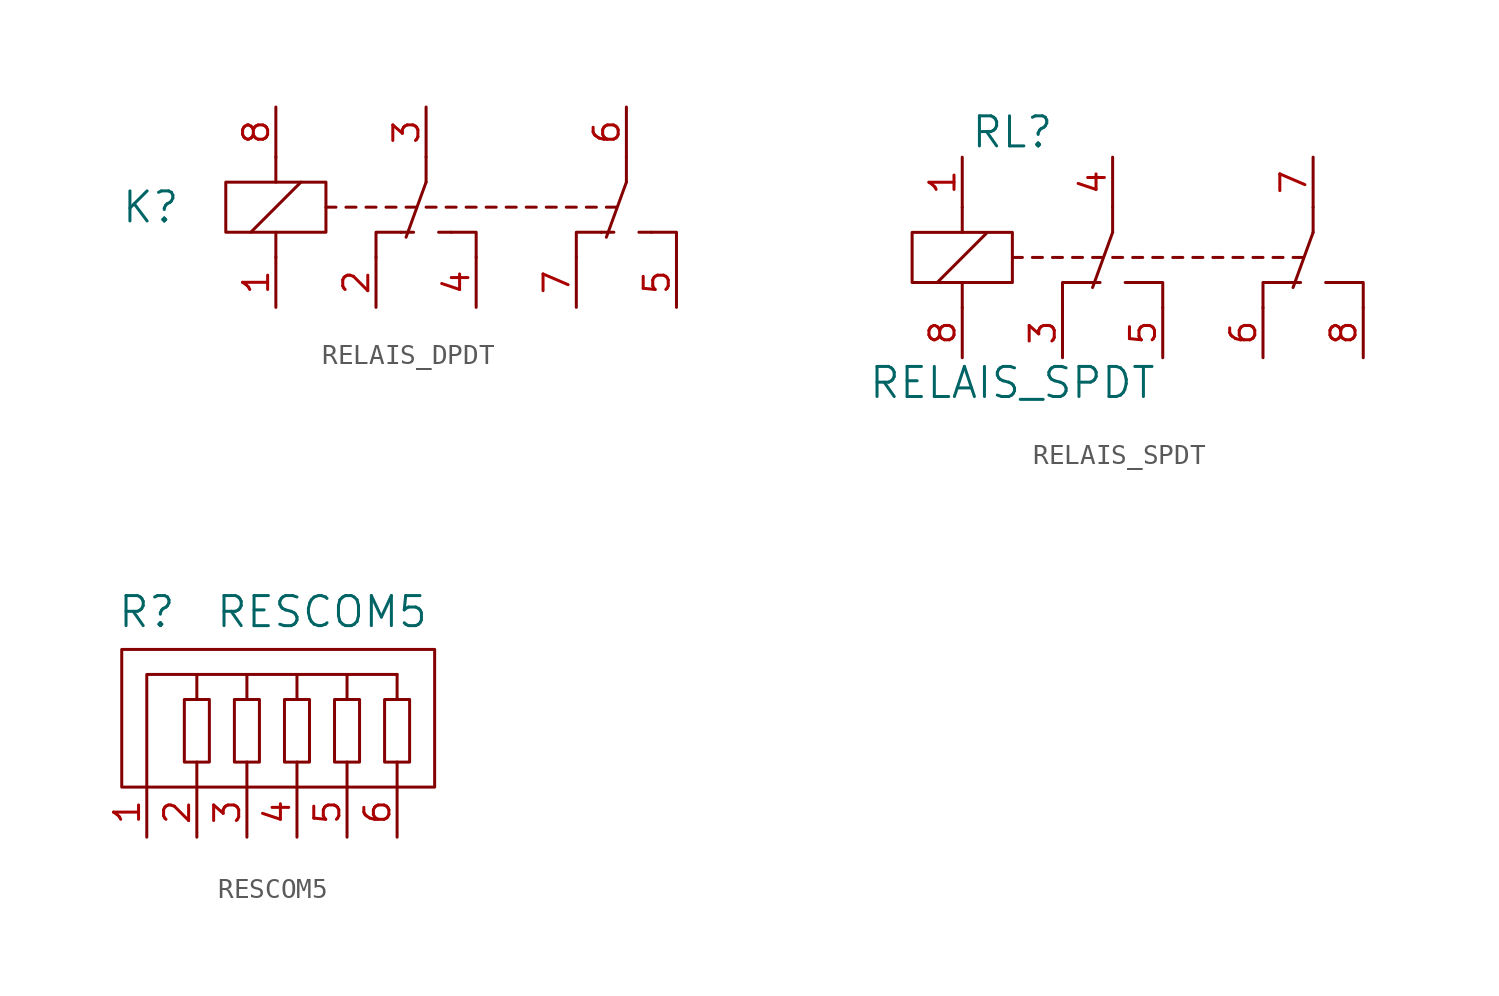
<source format=kicad_sym>
(kicad_symbol_lib
  (version 20211014)
  (generator kicad_symbol_editor)
  (symbol "RELAIS_DPDT"
    (pin_names
      (offset 0) hide)
    (property "Reference" "K"
      (at -8.89 0 0)
      (effects (font (size 1.524 1.524))))
    (property "Footprint" ""
      (at 1.27 0 0)
      (effects (font (size 1.524 1.524))))
    (property "Datasheet" ""
      (at 1.27 0 0)
      (effects (font (size 1.524 1.524))))
    (symbol "RELAIS_DPDT_0_1"
      (rectangle (start -5.08 1.27) (end 0 -1.27) (stroke (width 0) (type default) (color 0 0 0 0)) (fill (type none)))
      (polyline (pts (xy -3.81 -1.27) (xy -1.27 1.27)) (stroke (width 0) (type default) (color 0 0 0 0)) (fill (type none)))
      (polyline (pts (xy -2.54 -2.54) (xy -2.54 -1.27)) (stroke (width 0) (type default) (color 0 0 0 0)) (fill (type none)))
      (polyline (pts (xy -2.54 1.27) (xy -2.54 2.54)) (stroke (width 0) (type default) (color 0 0 0 0)) (fill (type none)))
      (polyline (pts (xy 0 0) (xy 0.508 0)) (stroke (width 0) (type default) (color 0 0 0 0)) (fill (type none)))
      (polyline (pts (xy 1.016 0) (xy 1.524 0)) (stroke (width 0) (type default) (color 0 0 0 0)) (fill (type none)))
      (polyline (pts (xy 2.032 0) (xy 2.54 0)) (stroke (width 0) (type default) (color 0 0 0 0)) (fill (type none)))
      (polyline (pts (xy 3.048 0) (xy 3.556 0)) (stroke (width 0) (type default) (color 0 0 0 0)) (fill (type none)))
      (polyline (pts (xy 3.81 -1.27) (xy 4.445 -1.27)) (stroke (width 0) (type default) (color 0 0 0 0)) (fill (type none)))
      (polyline (pts (xy 4.064 0) (xy 4.572 0)) (stroke (width 0) (type default) (color 0 0 0 0)) (fill (type none)))
      (polyline (pts (xy 5.08 0) (xy 5.588 0)) (stroke (width 0) (type default) (color 0 0 0 0)) (fill (type none)))
      (polyline (pts (xy 5.08 1.27) (xy 4.064 -1.524)) (stroke (width 0) (type default) (color 0 0 0 0)) (fill (type none)))
      (polyline (pts (xy 5.08 2.54) (xy 5.08 1.27)) (stroke (width 0) (type default) (color 0 0 0 0)) (fill (type none)))
      (polyline (pts (xy 6.096 0) (xy 6.604 0)) (stroke (width 0) (type default) (color 0 0 0 0)) (fill (type none)))
      (polyline (pts (xy 6.35 -1.27) (xy 5.715 -1.27)) (stroke (width 0) (type default) (color 0 0 0 0)) (fill (type none)))
      (polyline (pts (xy 7.112 0) (xy 7.62 0)) (stroke (width 0) (type default) (color 0 0 0 0)) (fill (type none)))
      (polyline (pts (xy 8.128 0) (xy 8.636 0)) (stroke (width 0) (type default) (color 0 0 0 0)) (fill (type none)))
      (polyline (pts (xy 9.144 0) (xy 9.652 0)) (stroke (width 0) (type default) (color 0 0 0 0)) (fill (type none)))
      (polyline (pts (xy 10.16 0) (xy 10.668 0)) (stroke (width 0) (type default) (color 0 0 0 0)) (fill (type none)))
      (polyline (pts (xy 11.176 0) (xy 11.684 0)) (stroke (width 0) (type default) (color 0 0 0 0)) (fill (type none)))
      (polyline (pts (xy 12.192 0) (xy 12.7 0)) (stroke (width 0) (type default) (color 0 0 0 0)) (fill (type none)))
      (polyline (pts (xy 13.208 0) (xy 13.716 0)) (stroke (width 0) (type default) (color 0 0 0 0)) (fill (type none)))
      (polyline (pts (xy 13.97 -1.27) (xy 14.605 -1.27)) (stroke (width 0) (type default) (color 0 0 0 0)) (fill (type none)))
      (polyline (pts (xy 14.224 0) (xy 14.732 0)) (stroke (width 0) (type default) (color 0 0 0 0)) (fill (type none)))
      (polyline (pts (xy 15.24 1.27) (xy 14.224 -1.524)) (stroke (width 0) (type default) (color 0 0 0 0)) (fill (type none)))
      (polyline (pts (xy 15.24 2.54) (xy 15.24 1.27)) (stroke (width 0) (type default) (color 0 0 0 0)) (fill (type none)))
      (polyline (pts (xy 16.51 -1.27) (xy 15.875 -1.27)) (stroke (width 0) (type default) (color 0 0 0 0)) (fill (type none)))
      (polyline (pts (xy 2.54 -2.54) (xy 2.54 -1.27) (xy 3.81 -1.27)) (stroke (width 0) (type default) (color 0 0 0 0)) (fill (type none)))
      (polyline (pts (xy 6.35 -1.27) (xy 7.62 -1.27) (xy 7.62 -2.54)) (stroke (width 0) (type default) (color 0 0 0 0)) (fill (type none)))
      (polyline (pts (xy 12.7 -2.54) (xy 12.7 -1.27) (xy 13.97 -1.27)) (stroke (width 0) (type default) (color 0 0 0 0)) (fill (type none)))
      (polyline (pts (xy 16.51 -1.27) (xy 17.78 -1.27) (xy 17.78 -2.54)) (stroke (width 0) (type default) (color 0 0 0 0)) (fill (type none))))
    (symbol "RELAIS_DPDT_1_1"
      (pin passive line (at -2.54 -5.08 90) (length 2.54) (name "SET" (effects (font (size 1.27 1.27)))) (number "1" (effects (font (size 1.27 1.27)))))
      (pin passive line (at 2.54 -5.08 90) (length 2.54) (name "1R" (effects (font (size 1.27 1.27)))) (number "2" (effects (font (size 1.27 1.27)))))
      (pin passive line (at 5.08 5.08 270) (length 2.54) (name "1C" (effects (font (size 1.27 1.27)))) (number "3" (effects (font (size 1.27 1.27)))))
      (pin passive line (at 7.62 -5.08 90) (length 2.54) (name "1S" (effects (font (size 1.27 1.27)))) (number "4" (effects (font (size 1.27 1.27)))))
      (pin passive line (at 17.78 -5.08 90) (length 2.54) (name "2S" (effects (font (size 1.27 1.27)))) (number "5" (effects (font (size 1.27 1.27)))))
      (pin passive line (at 15.24 5.08 270) (length 2.54) (name "2C" (effects (font (size 1.27 1.27)))) (number "6" (effects (font (size 1.27 1.27)))))
      (pin passive line (at 12.7 -5.08 90) (length 2.54) (name "2R" (effects (font (size 1.27 1.27)))) (number "7" (effects (font (size 1.27 1.27)))))
      (pin passive line (at -2.54 5.08 270) (length 2.54) (name "RESET" (effects (font (size 1.27 1.27)))) (number "8" (effects (font (size 1.27 1.27)))))))
  (symbol "RELAIS_SPDT"
    (pin_names
      (offset 0) hide)
    (property "Reference" "RL"
      (at 0 6.35 0)
      (effects (font (size 1.524 1.524))))
    (property "Value" "RELAIS_SPDT"
      (at 0 -6.35 0)
      (effects (font (size 1.524 1.524))))
    (property "Footprint" ""
      (at 1.27 0 0)
      (effects (font (size 1.524 1.524))))
    (property "Datasheet" ""
      (at 1.27 0 0)
      (effects (font (size 1.524 1.524))))
    (symbol "RELAIS_SPDT_0_1"
      (rectangle (start -5.08 1.27) (end 0 -1.27) (stroke (width 0) (type default) (color 0 0 0 0)) (fill (type none)))
      (polyline (pts (xy -3.81 -1.27) (xy -1.27 1.27)) (stroke (width 0) (type default) (color 0 0 0 0)) (fill (type none)))
      (polyline (pts (xy -2.54 -2.54) (xy -2.54 -1.27)) (stroke (width 0) (type default) (color 0 0 0 0)) (fill (type none)))
      (polyline (pts (xy -2.54 1.27) (xy -2.54 2.54)) (stroke (width 0) (type default) (color 0 0 0 0)) (fill (type none)))
      (polyline (pts (xy 0 0) (xy 0.508 0)) (stroke (width 0) (type default) (color 0 0 0 0)) (fill (type none)))
      (polyline (pts (xy 1.016 0) (xy 1.524 0)) (stroke (width 0) (type default) (color 0 0 0 0)) (fill (type none)))
      (polyline (pts (xy 2.032 0) (xy 2.54 0)) (stroke (width 0) (type default) (color 0 0 0 0)) (fill (type none)))
      (polyline (pts (xy 3.048 0) (xy 3.556 0)) (stroke (width 0) (type default) (color 0 0 0 0)) (fill (type none)))
      (polyline (pts (xy 3.81 -1.27) (xy 4.445 -1.27)) (stroke (width 0) (type default) (color 0 0 0 0)) (fill (type none)))
      (polyline (pts (xy 4.064 0) (xy 4.572 0)) (stroke (width 0) (type default) (color 0 0 0 0)) (fill (type none)))
      (polyline (pts (xy 5.08 0) (xy 5.588 0)) (stroke (width 0) (type default) (color 0 0 0 0)) (fill (type none)))
      (polyline (pts (xy 5.08 1.27) (xy 4.064 -1.524)) (stroke (width 0) (type default) (color 0 0 0 0)) (fill (type none)))
      (polyline (pts (xy 5.08 2.54) (xy 5.08 1.27)) (stroke (width 0) (type default) (color 0 0 0 0)) (fill (type none)))
      (polyline (pts (xy 6.096 0) (xy 6.604 0)) (stroke (width 0) (type default) (color 0 0 0 0)) (fill (type none)))
      (polyline (pts (xy 6.35 -1.27) (xy 5.715 -1.27)) (stroke (width 0) (type default) (color 0 0 0 0)) (fill (type none)))
      (polyline (pts (xy 7.112 0) (xy 7.62 0)) (stroke (width 0) (type default) (color 0 0 0 0)) (fill (type none)))
      (polyline (pts (xy 8.128 0) (xy 8.636 0)) (stroke (width 0) (type default) (color 0 0 0 0)) (fill (type none)))
      (polyline (pts (xy 9.144 0) (xy 9.652 0)) (stroke (width 0) (type default) (color 0 0 0 0)) (fill (type none)))
      (polyline (pts (xy 10.16 0) (xy 10.668 0)) (stroke (width 0) (type default) (color 0 0 0 0)) (fill (type none)))
      (polyline (pts (xy 11.176 0) (xy 11.684 0)) (stroke (width 0) (type default) (color 0 0 0 0)) (fill (type none)))
      (polyline (pts (xy 12.192 0) (xy 12.7 0)) (stroke (width 0) (type default) (color 0 0 0 0)) (fill (type none)))
      (polyline (pts (xy 13.208 0) (xy 13.716 0)) (stroke (width 0) (type default) (color 0 0 0 0)) (fill (type none)))
      (polyline (pts (xy 13.97 -1.27) (xy 14.605 -1.27)) (stroke (width 0) (type default) (color 0 0 0 0)) (fill (type none)))
      (polyline (pts (xy 14.224 0) (xy 14.732 0)) (stroke (width 0) (type default) (color 0 0 0 0)) (fill (type none)))
      (polyline (pts (xy 15.24 1.27) (xy 14.224 -1.524)) (stroke (width 0) (type default) (color 0 0 0 0)) (fill (type none)))
      (polyline (pts (xy 15.24 2.54) (xy 15.24 1.27)) (stroke (width 0) (type default) (color 0 0 0 0)) (fill (type none)))
      (polyline (pts (xy 16.51 -1.27) (xy 15.875 -1.27)) (stroke (width 0) (type default) (color 0 0 0 0)) (fill (type none)))
      (polyline (pts (xy 2.54 -2.54) (xy 2.54 -1.27) (xy 3.81 -1.27)) (stroke (width 0) (type default) (color 0 0 0 0)) (fill (type none)))
      (polyline (pts (xy 6.35 -1.27) (xy 7.62 -1.27) (xy 7.62 -2.54)) (stroke (width 0) (type default) (color 0 0 0 0)) (fill (type none)))
      (polyline (pts (xy 12.7 -2.54) (xy 12.7 -1.27) (xy 13.97 -1.27)) (stroke (width 0) (type default) (color 0 0 0 0)) (fill (type none)))
      (polyline (pts (xy 16.51 -1.27) (xy 17.78 -1.27) (xy 17.78 -2.54)) (stroke (width 0) (type default) (color 0 0 0 0)) (fill (type none))))
    (symbol "RELAIS_SPDT_1_1"
      (pin passive line (at -2.54 5.08 270) (length 2.54) (name "SET+" (effects (font (size 1.27 1.27)))) (number "1" (effects (font (size 1.27 1.27)))))
      (pin passive line (at 2.54 -5.08 90) (length 2.54) (name "1NC" (effects (font (size 1.27 1.27)))) (number "3" (effects (font (size 1.27 1.27)))))
      (pin passive line (at 5.08 5.08 270) (length 2.54) (name "1C" (effects (font (size 1.27 1.27)))) (number "4" (effects (font (size 1.27 1.27)))))
      (pin passive line (at 7.62 -5.08 90) (length 2.54) (name "1NO" (effects (font (size 1.27 1.27)))) (number "5" (effects (font (size 1.27 1.27)))))
      (pin passive line (at 12.7 -5.08 90) (length 2.54) (name "2NC" (effects (font (size 1.27 1.27)))) (number "6" (effects (font (size 1.27 1.27)))))
      (pin passive line (at 15.24 5.08 270) (length 2.54) (name "2C" (effects (font (size 1.27 1.27)))) (number "7" (effects (font (size 1.27 1.27)))))
      (pin passive line (at 17.78 -5.08 90) (length 2.54) (name "2NO" (effects (font (size 1.27 1.27)))) (number "8" (effects (font (size 1.27 1.27)))))
      (pin passive line (at -2.54 -5.08 90) (length 2.54) (name "RESET" (effects (font (size 1.27 1.27)))) (number "8" (effects (font (size 1.27 1.27)))))))
  (symbol "RESCOM5"
    (pin_names
      (offset 1.016) hide)
    (property "Reference" "R"
      (at -6.35 6.35 0)
      (effects (font (size 1.524 1.524))))
    (property "Value" "RESCOM5"
      (at 2.54 6.35 0)
      (effects (font (size 1.524 1.524))))
    (property "Footprint" ""
      (at 0 0 0)
      (effects (font (size 1.524 1.524))))
    (property "Datasheet" ""
      (at 0 0 0)
      (effects (font (size 1.524 1.524))))
    (symbol "RESCOM5_0_1"
      (rectangle (start -7.62 -2.54) (end 8.255 4.445) (stroke (width 0) (type default) (color 0 0 0 0)) (fill (type none)))
      (rectangle (start -4.445 -1.27) (end -3.175 1.905) (stroke (width 0) (type default) (color 0 0 0 0)) (fill (type none)))
      (rectangle (start -1.905 1.905) (end -0.635 -1.27) (stroke (width 0) (type default) (color 0 0 0 0)) (fill (type none)))
      (polyline (pts (xy -3.81 -1.27) (xy -3.81 -2.54)) (stroke (width 0) (type default) (color 0 0 0 0)) (fill (type none)))
      (polyline (pts (xy -3.81 3.175) (xy -3.81 1.905)) (stroke (width 0) (type default) (color 0 0 0 0)) (fill (type none)))
      (polyline (pts (xy -1.27 -1.27) (xy -1.27 -2.54)) (stroke (width 0) (type default) (color 0 0 0 0)) (fill (type none)))
      (polyline (pts (xy -1.27 3.175) (xy -1.27 1.905)) (stroke (width 0) (type default) (color 0 0 0 0)) (fill (type none)))
      (polyline (pts (xy 1.27 -1.27) (xy 1.27 -2.54)) (stroke (width 0) (type default) (color 0 0 0 0)) (fill (type none)))
      (polyline (pts (xy 1.27 3.175) (xy 1.27 1.905)) (stroke (width 0) (type default) (color 0 0 0 0)) (fill (type none)))
      (polyline (pts (xy 3.81 -1.27) (xy 3.81 -2.54)) (stroke (width 0) (type default) (color 0 0 0 0)) (fill (type none)))
      (polyline (pts (xy 3.81 3.175) (xy 3.81 1.905)) (stroke (width 0) (type default) (color 0 0 0 0)) (fill (type none)))
      (polyline (pts (xy 6.35 -1.27) (xy 6.35 -2.54)) (stroke (width 0) (type default) (color 0 0 0 0)) (fill (type none)))
      (polyline (pts (xy 6.35 3.175) (xy 6.35 1.905)) (stroke (width 0) (type default) (color 0 0 0 0)) (fill (type none)))
      (polyline (pts (xy -6.35 -2.54) (xy -6.35 3.175) (xy 6.35 3.175)) (stroke (width 0) (type default) (color 0 0 0 0)) (fill (type none)))
      (rectangle (start 0.635 1.905) (end 1.905 -1.27) (stroke (width 0) (type default) (color 0 0 0 0)) (fill (type none)))
      (rectangle (start 3.175 1.905) (end 4.445 -1.27) (stroke (width 0) (type default) (color 0 0 0 0)) (fill (type none)))
      (rectangle (start 5.715 1.905) (end 6.985 -1.27) (stroke (width 0) (type default) (color 0 0 0 0)) (fill (type none))))
    (symbol "RESCOM5_1_1"
      (pin passive line (at -6.35 -5.08 90) (length 2.54) (name "1" (effects (font (size 1.27 1.27)))) (number "1" (effects (font (size 1.27 1.27)))))
      (pin passive line (at -3.81 -5.08 90) (length 2.54) (name "2" (effects (font (size 1.27 1.27)))) (number "2" (effects (font (size 1.27 1.27)))))
      (pin passive line (at -1.27 -5.08 90) (length 2.54) (name "3" (effects (font (size 1.27 1.27)))) (number "3" (effects (font (size 1.27 1.27)))))
      (pin passive line (at 1.27 -5.08 90) (length 2.54) (name "4" (effects (font (size 1.27 1.27)))) (number "4" (effects (font (size 1.27 1.27)))))
      (pin passive line (at 3.81 -5.08 90) (length 2.54) (name "5" (effects (font (size 1.27 1.27)))) (number "5" (effects (font (size 1.27 1.27)))))
      (pin passive line (at 6.35 -5.08 90) (length 2.54) (name "6" (effects (font (size 1.27 1.27)))) (number "6" (effects (font (size 1.27 1.27))))))))
</source>
